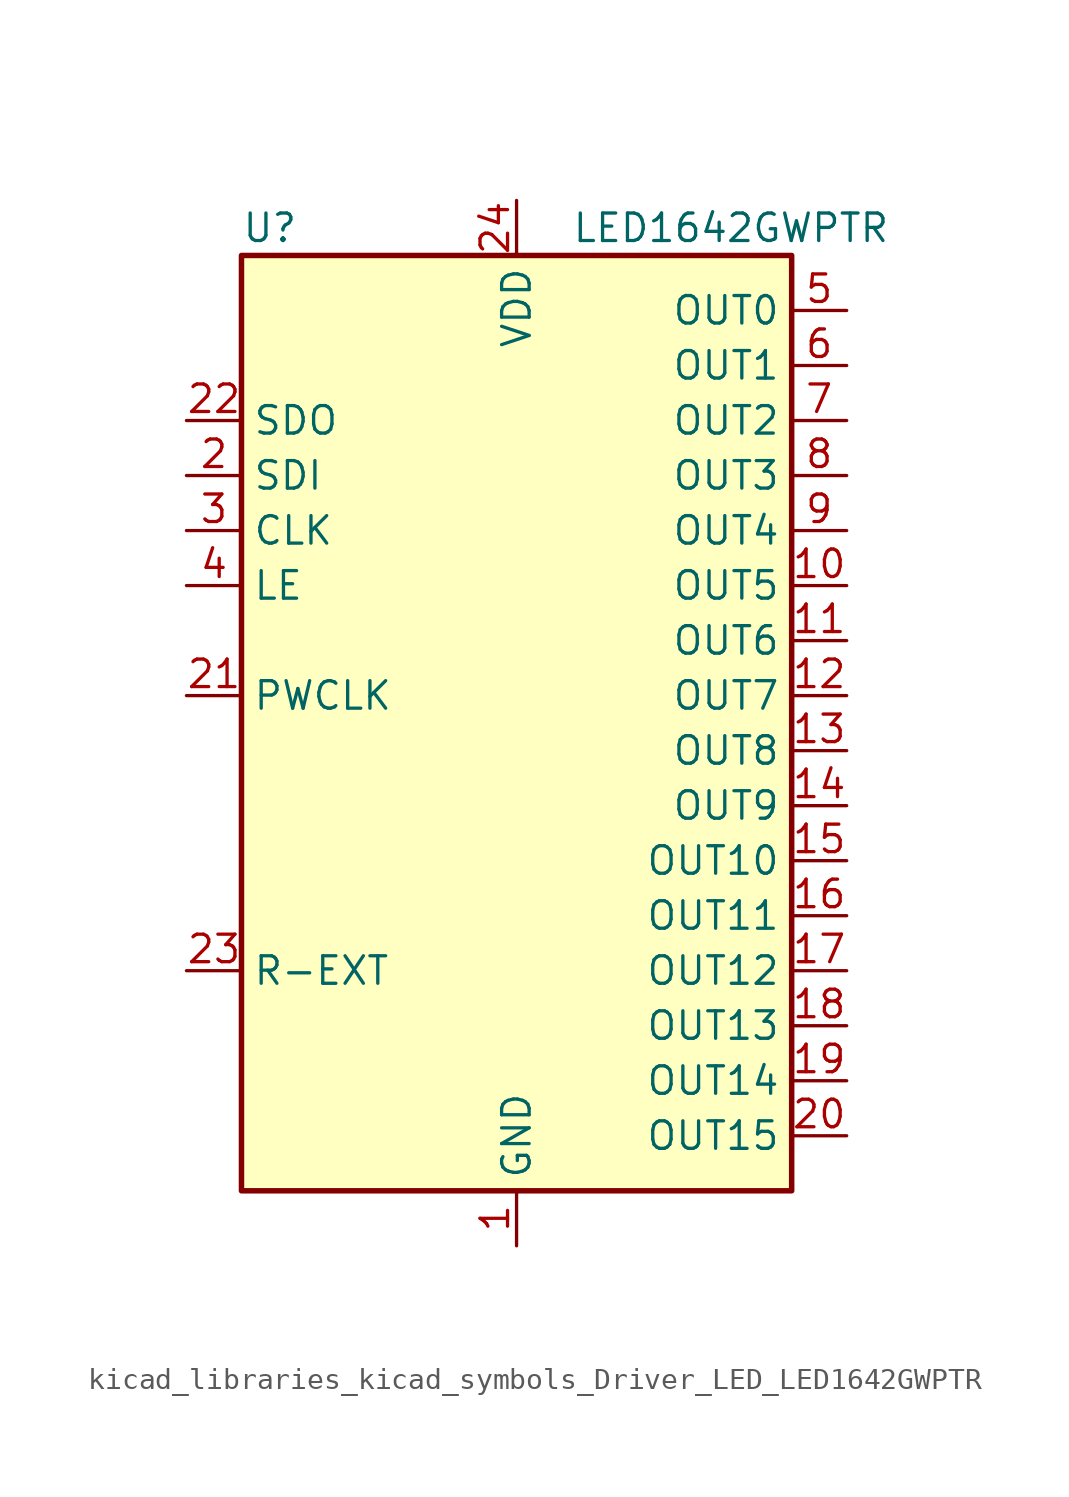
<source format=kicad_sym>
(kicad_symbol_lib
  (version 20220914)
  (generator kicad_symbol_editor)
  (symbol "kicad_libraries_kicad_symbols_Driver_LED_LED1642GWPTR"
    (property "Reference" "U"
      (at -12.7 21.59 0)
      (effects (font (size 1.27 1.27)) (justify left)))
    (property "Value" "LED1642GWPTR"
      (at 2.54 21.59 0)
      (effects (font (size 1.27 1.27)) (justify left)))
    (symbol "kicad_libraries_kicad_symbols_Driver_LED_LED1642GWPTR_0_1"
      (rectangle (start -12.7 20.32) (end 12.7 -22.86) (stroke (width 0.254) (type default)) (fill (type background))))
    (symbol "kicad_libraries_kicad_symbols_Driver_LED_LED1642GWPTR_1_1"
      (pin power_in line (at 0 -25.4 90) (length 2.54) (name "GND" (effects (font (size 1.27 1.27)))) (number "1" (effects (font (size 1.27 1.27)))))
      (pin output line (at 15.24 5.08 180) (length 2.54) (name "OUT5" (effects (font (size 1.27 1.27)))) (number "10" (effects (font (size 1.27 1.27)))))
      (pin output line (at 15.24 2.54 180) (length 2.54) (name "OUT6" (effects (font (size 1.27 1.27)))) (number "11" (effects (font (size 1.27 1.27)))))
      (pin output line (at 15.24 0 180) (length 2.54) (name "OUT7" (effects (font (size 1.27 1.27)))) (number "12" (effects (font (size 1.27 1.27)))))
      (pin output line (at 15.24 -2.54 180) (length 2.54) (name "OUT8" (effects (font (size 1.27 1.27)))) (number "13" (effects (font (size 1.27 1.27)))))
      (pin output line (at 15.24 -5.08 180) (length 2.54) (name "OUT9" (effects (font (size 1.27 1.27)))) (number "14" (effects (font (size 1.27 1.27)))))
      (pin output line (at 15.24 -7.62 180) (length 2.54) (name "OUT10" (effects (font (size 1.27 1.27)))) (number "15" (effects (font (size 1.27 1.27)))))
      (pin output line (at 15.24 -10.16 180) (length 2.54) (name "OUT11" (effects (font (size 1.27 1.27)))) (number "16" (effects (font (size 1.27 1.27)))))
      (pin output line (at 15.24 -12.7 180) (length 2.54) (name "OUT12" (effects (font (size 1.27 1.27)))) (number "17" (effects (font (size 1.27 1.27)))))
      (pin output line (at 15.24 -15.24 180) (length 2.54) (name "OUT13" (effects (font (size 1.27 1.27)))) (number "18" (effects (font (size 1.27 1.27)))))
      (pin output line (at 15.24 -17.78 180) (length 2.54) (name "OUT14" (effects (font (size 1.27 1.27)))) (number "19" (effects (font (size 1.27 1.27)))))
      (pin input line (at -15.24 10.16 0) (length 2.54) (name "SDI" (effects (font (size 1.27 1.27)))) (number "2" (effects (font (size 1.27 1.27)))))
      (pin output line (at 15.24 -20.32 180) (length 2.54) (name "OUT15" (effects (font (size 1.27 1.27)))) (number "20" (effects (font (size 1.27 1.27)))))
      (pin input line (at -15.24 0 0) (length 2.54) (name "PWCLK" (effects (font (size 1.27 1.27)))) (number "21" (effects (font (size 1.27 1.27)))))
      (pin output line (at -15.24 12.7 0) (length 2.54) (name "SDO" (effects (font (size 1.27 1.27)))) (number "22" (effects (font (size 1.27 1.27)))))
      (pin passive line (at -15.24 -12.7 0) (length 2.54) (name "R-EXT" (effects (font (size 1.27 1.27)))) (number "23" (effects (font (size 1.27 1.27)))))
      (pin power_in line (at 0 22.86 270) (length 2.54) (name "VDD" (effects (font (size 1.27 1.27)))) (number "24" (effects (font (size 1.27 1.27)))))
      (pin input line (at -15.24 7.62 0) (length 2.54) (name "CLK" (effects (font (size 1.27 1.27)))) (number "3" (effects (font (size 1.27 1.27)))))
      (pin input line (at -15.24 5.08 0) (length 2.54) (name "LE" (effects (font (size 1.27 1.27)))) (number "4" (effects (font (size 1.27 1.27)))))
      (pin output line (at 15.24 17.78 180) (length 2.54) (name "OUT0" (effects (font (size 1.27 1.27)))) (number "5" (effects (font (size 1.27 1.27)))))
      (pin output line (at 15.24 15.24 180) (length 2.54) (name "OUT1" (effects (font (size 1.27 1.27)))) (number "6" (effects (font (size 1.27 1.27)))))
      (pin output line (at 15.24 12.7 180) (length 2.54) (name "OUT2" (effects (font (size 1.27 1.27)))) (number "7" (effects (font (size 1.27 1.27)))))
      (pin output line (at 15.24 10.16 180) (length 2.54) (name "OUT3" (effects (font (size 1.27 1.27)))) (number "8" (effects (font (size 1.27 1.27)))))
      (pin output line (at 15.24 7.62 180) (length 2.54) (name "OUT4" (effects (font (size 1.27 1.27)))) (number "9" (effects (font (size 1.27 1.27))))))))
</source>
